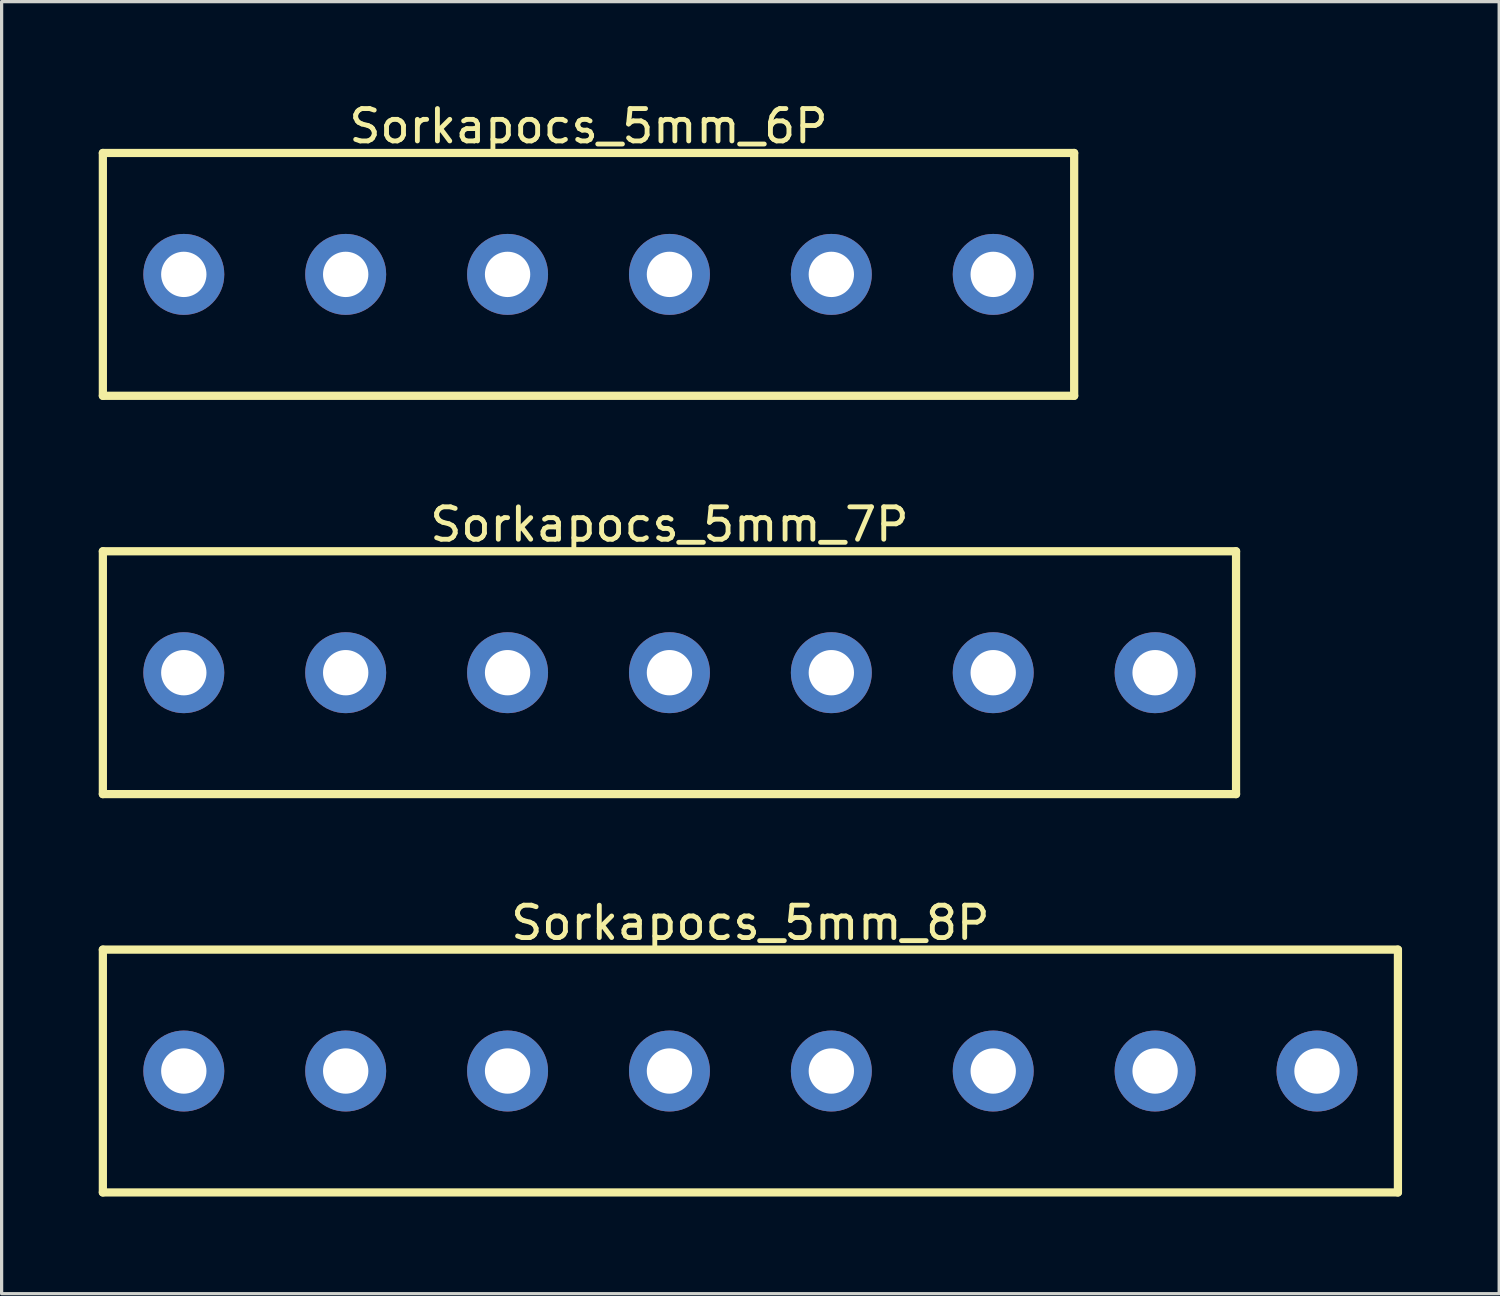
<source format=kicad_pcb>
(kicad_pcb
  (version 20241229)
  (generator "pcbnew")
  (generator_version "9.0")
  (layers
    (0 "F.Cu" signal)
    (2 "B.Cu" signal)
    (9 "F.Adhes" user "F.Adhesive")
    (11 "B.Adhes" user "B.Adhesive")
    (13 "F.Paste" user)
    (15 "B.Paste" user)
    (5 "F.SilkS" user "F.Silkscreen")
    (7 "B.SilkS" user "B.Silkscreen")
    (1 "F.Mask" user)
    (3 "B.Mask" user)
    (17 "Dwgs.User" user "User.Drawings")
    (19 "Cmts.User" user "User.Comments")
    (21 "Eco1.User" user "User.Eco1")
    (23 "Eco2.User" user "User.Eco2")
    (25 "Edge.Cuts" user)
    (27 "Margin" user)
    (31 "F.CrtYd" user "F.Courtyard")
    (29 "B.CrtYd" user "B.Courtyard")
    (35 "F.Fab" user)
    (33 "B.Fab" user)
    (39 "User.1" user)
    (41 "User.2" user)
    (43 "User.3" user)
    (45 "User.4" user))
  (footprint "Sorkapocs_5mm_6P"
    (layer "F.Cu")
    (at 15.127 5.425)
    (property "Reference" "Sorkapocs_5mm_6P" (at 0 -4.577 0) (layer "F.SilkS") (effects (font (size 1 1) (thickness 0.15))))
    (fp_line (start -15 -3.75) (end 15 -3.75) (stroke (width 0.254) (type solid)) (layer "F.SilkS"))
    (fp_line (start -15 3.75) (end -15 -3.75) (stroke (width 0.254) (type solid)) (layer "F.SilkS"))
    (fp_line (start -15 3.75) (end 15 3.75) (stroke (width 0.254) (type solid)) (layer "F.SilkS"))
    (fp_line (start 15 3.75) (end 15 -3.75) (stroke (width 0.254) (type solid)) (layer "F.SilkS"))
    (pad "1" thru_hole circle (at -12.5 0) (size 2.5 2.5) (drill 1.4) (layers "*.Cu" "*.Mask"))
    (pad "2" thru_hole circle (at -7.5 0) (size 2.5 2.5) (drill 1.4) (layers "*.Cu" "*.Mask"))
    (pad "3" thru_hole circle (at -2.5 0) (size 2.5 2.5) (drill 1.4) (layers "*.Cu" "*.Mask"))
    (pad "4" thru_hole circle (at 2.5 0) (size 2.5 2.5) (drill 1.4) (layers "*.Cu" "*.Mask"))
    (pad "5" thru_hole circle (at 7.5 0) (size 2.5 2.5) (drill 1.4) (layers "*.Cu" "*.Mask"))
    (pad "6" thru_hole circle (at 12.5 0) (size 2.5 2.5) (drill 1.4) (layers "*.Cu" "*.Mask")))
  (footprint "Sorkapocs_5mm_8P"
    (layer "F.Cu")
    (at 20.127 30.03)
    (property "Reference" "Sorkapocs_5mm_8P" (at 0 -4.577 0) (layer "F.SilkS") (effects (font (size 1 1) (thickness 0.15))))
    (fp_line (start -20 -3.75) (end 20 -3.75) (stroke (width 0.254) (type solid)) (layer "F.SilkS"))
    (fp_line (start -20 3.75) (end -20 -3.75) (stroke (width 0.254) (type solid)) (layer "F.SilkS"))
    (fp_line (start -20 3.75) (end 20 3.75) (stroke (width 0.254) (type solid)) (layer "F.SilkS"))
    (fp_line (start 20 3.75) (end 20 -3.75) (stroke (width 0.254) (type solid)) (layer "F.SilkS"))
    (pad "1" thru_hole circle (at -17.5 0) (size 2.5 2.5) (drill 1.4) (layers "*.Cu" "*.Mask"))
    (pad "2" thru_hole circle (at -12.5 0) (size 2.5 2.5) (drill 1.4) (layers "*.Cu" "*.Mask"))
    (pad "3" thru_hole circle (at -7.5 0) (size 2.5 2.5) (drill 1.4) (layers "*.Cu" "*.Mask"))
    (pad "4" thru_hole circle (at -2.5 0) (size 2.5 2.5) (drill 1.4) (layers "*.Cu" "*.Mask"))
    (pad "5" thru_hole circle (at 2.5 0) (size 2.5 2.5) (drill 1.4) (layers "*.Cu" "*.Mask"))
    (pad "6" thru_hole circle (at 7.5 0) (size 2.5 2.5) (drill 1.4) (layers "*.Cu" "*.Mask"))
    (pad "7" thru_hole circle (at 12.5 0) (size 2.5 2.5) (drill 1.4) (layers "*.Cu" "*.Mask"))
    (pad "8" thru_hole circle (at 17.5 0) (size 2.5 2.5) (drill 1.4) (layers "*.Cu" "*.Mask")))
  (footprint "Sorkapocs_5mm_7P"
    (layer "F.Cu")
    (at 17.627 17.727)
    (property "Reference" "Sorkapocs_5mm_7P" (at 0 -4.577 0) (layer "F.SilkS") (effects (font (size 1 1) (thickness 0.15))))
    (fp_line (start -17.5 -3.75) (end 17.5 -3.75) (stroke (width 0.254) (type solid)) (layer "F.SilkS"))
    (fp_line (start -17.5 3.75) (end -17.5 -3.75) (stroke (width 0.254) (type solid)) (layer "F.SilkS"))
    (fp_line (start -17.5 3.75) (end 17.5 3.75) (stroke (width 0.254) (type solid)) (layer "F.SilkS"))
    (fp_line (start 17.5 3.75) (end 17.5 -3.75) (stroke (width 0.254) (type solid)) (layer "F.SilkS"))
    (pad "1" thru_hole circle (at -15 0) (size 2.5 2.5) (drill 1.4) (layers "*.Cu" "*.Mask"))
    (pad "2" thru_hole circle (at -10 0) (size 2.5 2.5) (drill 1.4) (layers "*.Cu" "*.Mask"))
    (pad "3" thru_hole circle (at -5 0) (size 2.5 2.5) (drill 1.4) (layers "*.Cu" "*.Mask"))
    (pad "4" thru_hole circle (at 0 0) (size 2.5 2.5) (drill 1.4) (layers "*.Cu" "*.Mask"))
    (pad "5" thru_hole circle (at 5 0) (size 2.5 2.5) (drill 1.4) (layers "*.Cu" "*.Mask"))
    (pad "6" thru_hole circle (at 10 0) (size 2.5 2.5) (drill 1.4) (layers "*.Cu" "*.Mask"))
    (pad "7" thru_hole circle (at 15 0) (size 2.5 2.5) (drill 1.4) (layers "*.Cu" "*.Mask")))
  (gr_rect
    (start -3 -3)
    (end 43.254 36.907)
    (stroke (width 0.1) (type default))
    (fill no)
    (layer "Edge.Cuts")))
</source>
